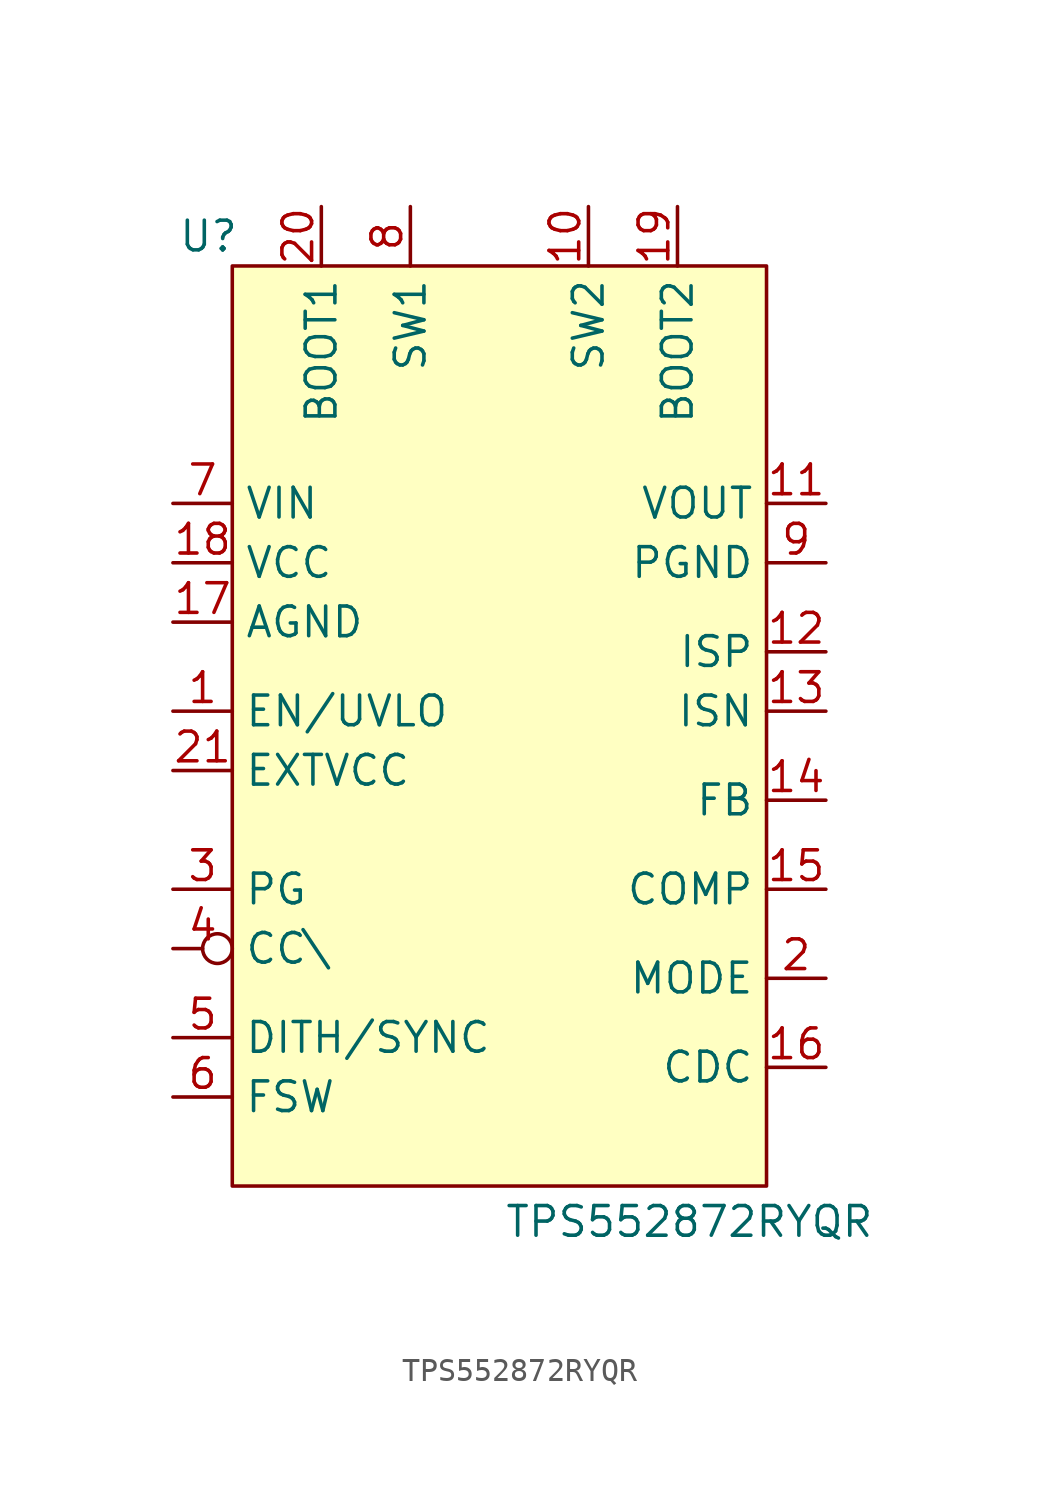
<source format=kicad_sym>
(kicad_symbol_lib
  (version 20231120)
  (generator "kicad_symbol_editor")
  (generator_version "8.0")
  (symbol "TPS552872RYQR"
    (property "Reference" "U"
      (at -12.446 20.32 0)
      (effects (font (size 1.27 1.27))))
    (property "Value" "TPS552872RYQR"
      (at 8.128 -21.844 0)
      (effects (font (size 1.27 1.27))))
    (symbol "TPS552872RYQR_0_0"
      (pin input line (at -13.97 0 0) (length 2.54) (name "EN/UVLO" (effects (font (size 1.27 1.27)))) (number "1" (effects (font (size 1.27 1.27)))))
      (pin power_in line (at 3.81 21.59 270) (length 2.54) (name "SW2" (effects (font (size 1.27 1.27)))) (number "10" (effects (font (size 1.27 1.27)))))
      (pin power_out line (at 13.97 8.89 180) (length 2.54) (name "VOUT" (effects (font (size 1.27 1.27)))) (number "11" (effects (font (size 1.27 1.27)))))
      (pin input line (at 13.97 2.54 180) (length 2.54) (name "ISP" (effects (font (size 1.27 1.27)))) (number "12" (effects (font (size 1.27 1.27)))))
      (pin input line (at 13.97 0 180) (length 2.54) (name "ISN" (effects (font (size 1.27 1.27)))) (number "13" (effects (font (size 1.27 1.27)))))
      (pin input line (at 13.97 -3.81 180) (length 2.54) (name "FB" (effects (font (size 1.27 1.27)))) (number "14" (effects (font (size 1.27 1.27)))))
      (pin output line (at 13.97 -7.62 180) (length 2.54) (name "COMP" (effects (font (size 1.27 1.27)))) (number "15" (effects (font (size 1.27 1.27)))))
      (pin output line (at 13.97 -15.24 180) (length 2.54) (name "CDC" (effects (font (size 1.27 1.27)))) (number "16" (effects (font (size 1.27 1.27)))))
      (pin passive line (at -13.97 3.81 0) (length 2.54) (name "AGND" (effects (font (size 1.27 1.27)))) (number "17" (effects (font (size 1.27 1.27)))))
      (pin output line (at -13.97 6.35 0) (length 2.54) (name "VCC" (effects (font (size 1.27 1.27)))) (number "18" (effects (font (size 1.27 1.27)))))
      (pin output line (at 7.62 21.59 270) (length 2.54) (name "BOOT2" (effects (font (size 1.27 1.27)))) (number "19" (effects (font (size 1.27 1.27)))))
      (pin input line (at 13.97 -11.43 180) (length 2.54) (name "MODE" (effects (font (size 1.27 1.27)))) (number "2" (effects (font (size 1.27 1.27)))))
      (pin output line (at -7.62 21.59 270) (length 2.54) (name "BOOT1" (effects (font (size 1.27 1.27)))) (number "20" (effects (font (size 1.27 1.27)))))
      (pin input line (at -13.97 -2.54 0) (length 2.54) (name "EXTVCC" (effects (font (size 1.27 1.27)))) (number "21" (effects (font (size 1.27 1.27)))))
      (pin open_collector line (at -13.97 -7.62 0) (length 2.54) (name "PG" (effects (font (size 1.27 1.27)))) (number "3" (effects (font (size 1.27 1.27)))))
      (pin open_collector inverted (at -13.97 -10.16 0) (length 2.54) (name "CC\\" (effects (font (size 1.27 1.27)))) (number "4" (effects (font (size 1.27 1.27)))))
      (pin input line (at -13.97 -13.97 0) (length 2.54) (name "DITH/SYNC" (effects (font (size 1.27 1.27)))) (number "5" (effects (font (size 1.27 1.27)))))
      (pin input line (at -13.97 -16.51 0) (length 2.54) (name "FSW" (effects (font (size 1.27 1.27)))) (number "6" (effects (font (size 1.27 1.27)))))
      (pin power_in line (at -13.97 8.89 0) (length 2.54) (name "VIN" (effects (font (size 1.27 1.27)))) (number "7" (effects (font (size 1.27 1.27)))))
      (pin power_in line (at -3.81 21.59 270) (length 2.54) (name "SW1" (effects (font (size 1.27 1.27)))) (number "8" (effects (font (size 1.27 1.27)))))
      (pin power_in line (at 13.97 6.35 180) (length 2.54) (name "PGND" (effects (font (size 1.27 1.27)))) (number "9" (effects (font (size 1.27 1.27))))))
    (symbol "TPS552872RYQR_1_1"
      (rectangle (start -11.43 19.05) (end 11.43 -20.32) (stroke (width 0) (type default)) (fill (type background))))))
</source>
